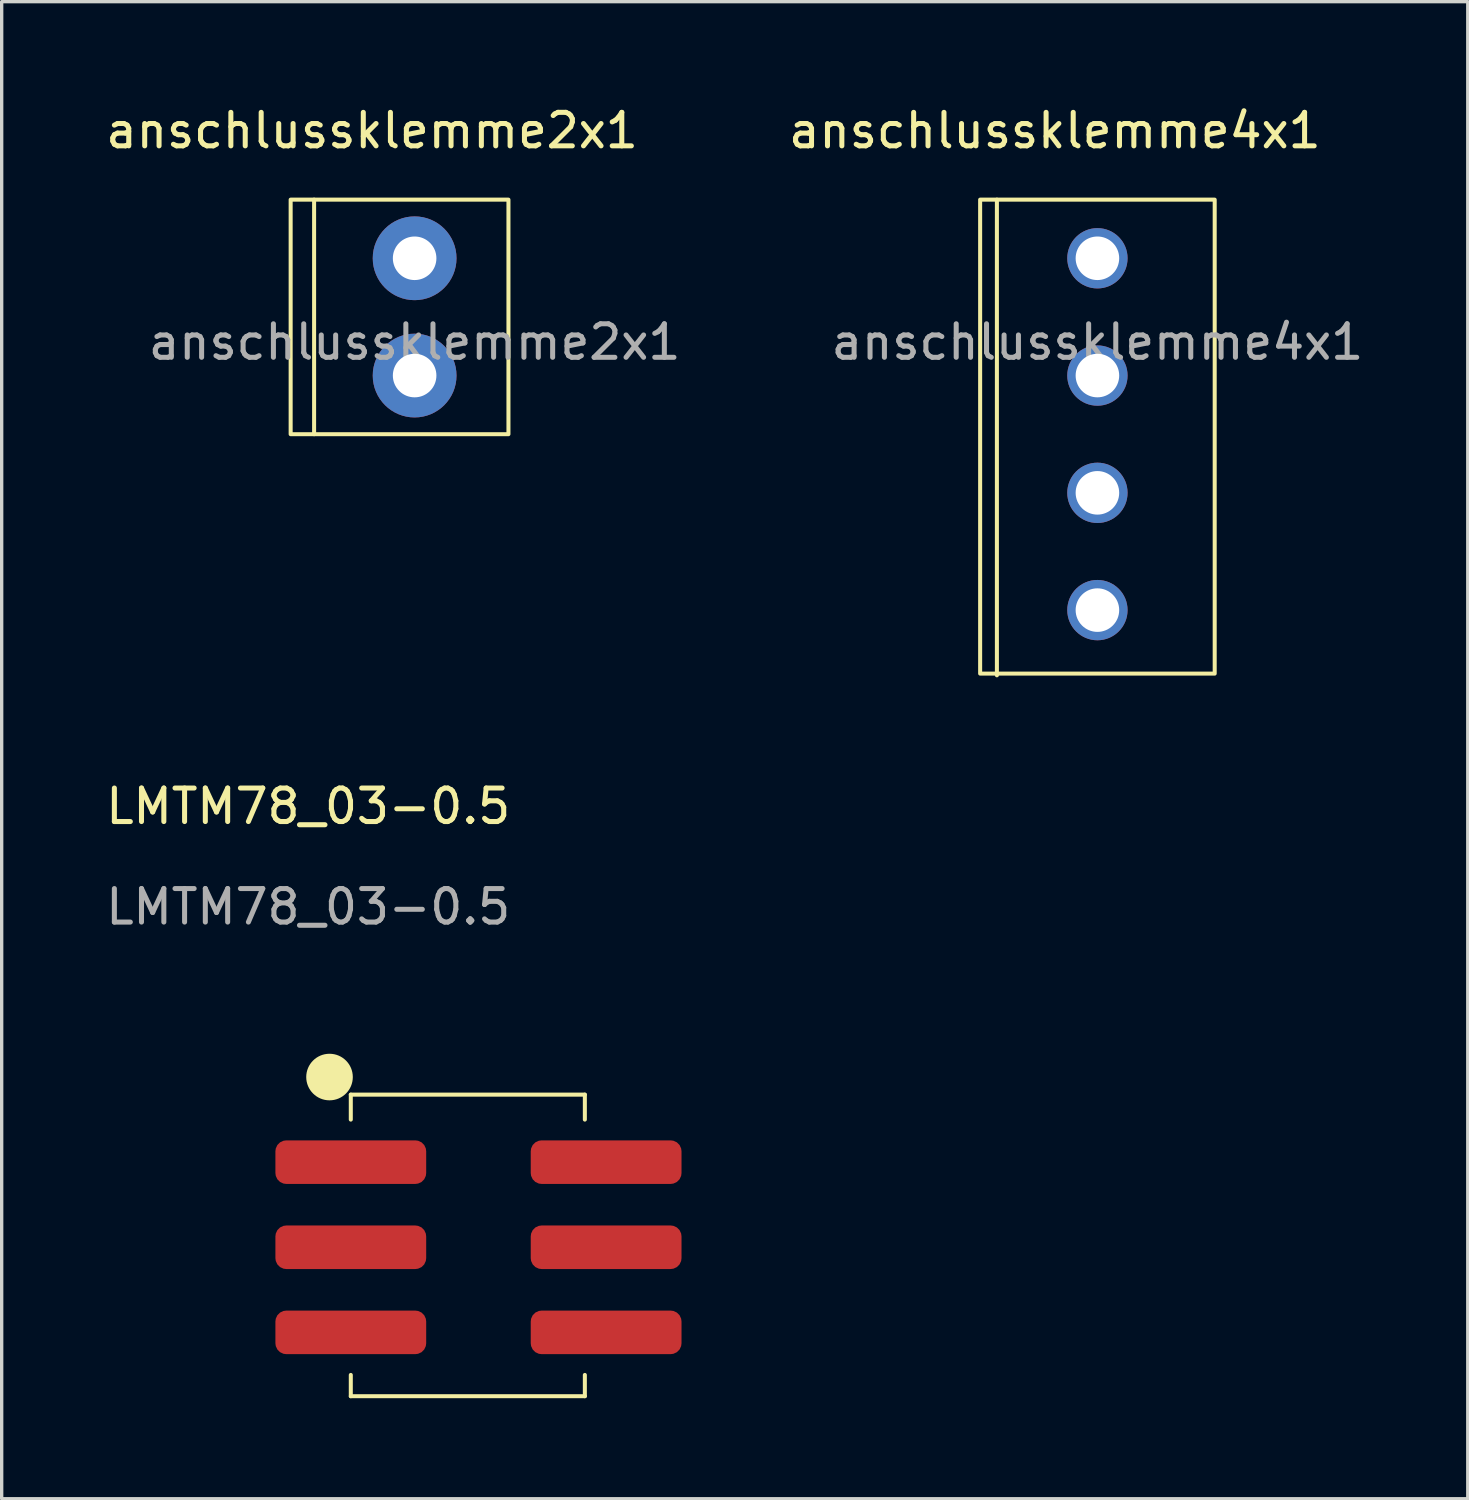
<source format=kicad_pcb>
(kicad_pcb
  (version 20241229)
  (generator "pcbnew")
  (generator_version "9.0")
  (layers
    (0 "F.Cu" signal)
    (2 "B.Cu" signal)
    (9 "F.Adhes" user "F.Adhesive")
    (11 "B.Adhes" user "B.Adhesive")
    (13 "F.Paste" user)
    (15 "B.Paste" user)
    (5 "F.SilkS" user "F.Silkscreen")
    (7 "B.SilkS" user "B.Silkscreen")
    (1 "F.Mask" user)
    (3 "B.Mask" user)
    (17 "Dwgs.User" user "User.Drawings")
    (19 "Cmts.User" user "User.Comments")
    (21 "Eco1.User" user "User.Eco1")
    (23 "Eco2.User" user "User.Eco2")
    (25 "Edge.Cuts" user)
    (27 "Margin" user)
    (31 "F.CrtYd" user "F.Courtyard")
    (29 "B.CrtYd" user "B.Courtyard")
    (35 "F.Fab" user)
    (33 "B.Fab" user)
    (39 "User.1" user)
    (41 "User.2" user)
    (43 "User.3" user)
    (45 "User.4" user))
  (footprint "LMTM78_03-0.5"
    (layer "F.Cu")
    (at 7.419 31.633)
    (property "Reference" "LMTM78_03-0.5" (at -1.27 -10.62 0) (unlocked yes) (layer "F.SilkS") (effects (font (size 1 1) (thickness 0.15))))
    (attr smd)
    (fp_line (start 0 -2.015) (end 0 -1.27) (stroke (width 0.12) (type solid)) (layer "F.SilkS"))
    (fp_line (start 0 -2.015) (end 6.985 -2.015) (stroke (width 0.12) (type solid)) (layer "F.SilkS"))
    (fp_line (start 0 6.985) (end 0 6.35) (stroke (width 0.12) (type solid)) (layer "F.SilkS"))
    (fp_line (start 0 6.985) (end 6.985 6.985) (stroke (width 0.12) (type solid)) (layer "F.SilkS"))
    (fp_line (start 6.985 -2.015) (end 6.985 -1.27) (stroke (width 0.12) (type solid)) (layer "F.SilkS"))
    (fp_line (start 6.985 6.985) (end 6.985 6.35) (stroke (width 0.12) (type solid)) (layer "F.SilkS"))
    (fp_circle (center -0.635 -2.54) (end 0 -2.54) (stroke (width 0.12) (type solid)) (fill yes) (layer "F.SilkS"))
    (fp_text user "${REFERENCE}" (at -1.27 -7.62 0) (unlocked yes) (layer "F.Fab") (effects (font (size 1 1) (thickness 0.15))))
    (pad "1" smd roundrect (at 0 0) (size 4.5 1.3) (layers "F.Cu" "F.Mask" "F.Paste") (roundrect_rratio 0.25))
    (pad "2" smd roundrect (at 0 2.54) (size 4.5 1.3) (layers "F.Cu" "F.Mask" "F.Paste") (roundrect_rratio 0.25))
    (pad "3" smd roundrect (at 0 5.08) (size 4.5 1.3) (layers "F.Cu" "F.Mask" "F.Paste") (roundrect_rratio 0.25))
    (pad "4" smd roundrect (at 7.62 5.08) (size 4.5 1.3) (layers "F.Cu" "F.Mask" "F.Paste") (roundrect_rratio 0.25))
    (pad "5" smd roundrect (at 7.62 2.54) (size 4.5 1.3) (layers "F.Cu" "F.Mask" "F.Paste") (roundrect_rratio 0.25))
    (pad "6" smd roundrect (at 7.62 0) (size 4.5 1.3) (layers "F.Cu" "F.Mask" "F.Paste") (roundrect_rratio 0.25)))
  (footprint "anschlussklemme4x1"
    (layer "F.Cu")
    (at 29.701 4.658)
    (property "Reference" "anschlussklemme4x1" (at -1.27 -3.81 0) (unlocked yes) (layer "F.SilkS") (effects (font (size 1 1) (thickness 0.15))))
    (attr through_hole)
    (fp_line (start -3 -1.75) (end -3 12.446) (stroke (width 0.12) (type solid)) (layer "F.SilkS"))
    (fp_rect (start -3.5 -1.75) (end 3.5 12.395) (stroke (width 0.12) (type solid)) (fill no) (layer "F.SilkS"))
    (fp_text user "${REFERENCE}" (at 0 2.5 0) (unlocked yes) (layer "F.Fab") (effects (font (size 1 1) (thickness 0.15))))
    (pad "1" thru_hole circle (at 0 0) (size 1.8 1.8) (drill 1.3) (layers "*.Cu" "*.Mask"))
    (pad "2" thru_hole circle (at 0 3.5) (size 1.8 1.8) (drill 1.3) (layers "*.Cu" "*.Mask"))
    (pad "3" thru_hole circle (at 0 7) (size 1.8 1.8) (drill 1.3) (layers "*.Cu" "*.Mask"))
    (pad "4" thru_hole circle (at 0 10.5) (size 1.8 1.8) (drill 1.3) (layers "*.Cu" "*.Mask")))
  (footprint "anschlussklemme2x1"
    (layer "F.Cu")
    (at 9.324 4.658)
    (property "Reference" "anschlussklemme2x1" (at -1.27 -3.81 0) (unlocked yes) (layer "F.SilkS") (effects (font (size 1 1) (thickness 0.15))))
    (attr through_hole)
    (fp_line (start -3 -1.75) (end -3 5.25) (stroke (width 0.12) (type solid)) (layer "F.SilkS"))
    (fp_rect (start -3.7 -1.75) (end 2.8 5.25) (stroke (width 0.12) (type solid)) (fill no) (layer "F.SilkS"))
    (fp_text user "${REFERENCE}" (at 0 2.5 0) (unlocked yes) (layer "F.Fab") (effects (font (size 1 1) (thickness 0.15))))
    (pad "1" thru_hole circle (at 0 0) (size 2.5 2.5) (drill 1.3) (layers "*.Cu" "*.Mask"))
    (pad "2" thru_hole circle (at 0 3.5) (size 2.5 2.5) (drill 1.3) (layers "*.Cu" "*.Mask")))
  (gr_rect
    (start -3 -3)
    (end 40.754 41.678)
    (stroke (width 0.1) (type default))
    (fill no)
    (layer "Edge.Cuts")))
</source>
